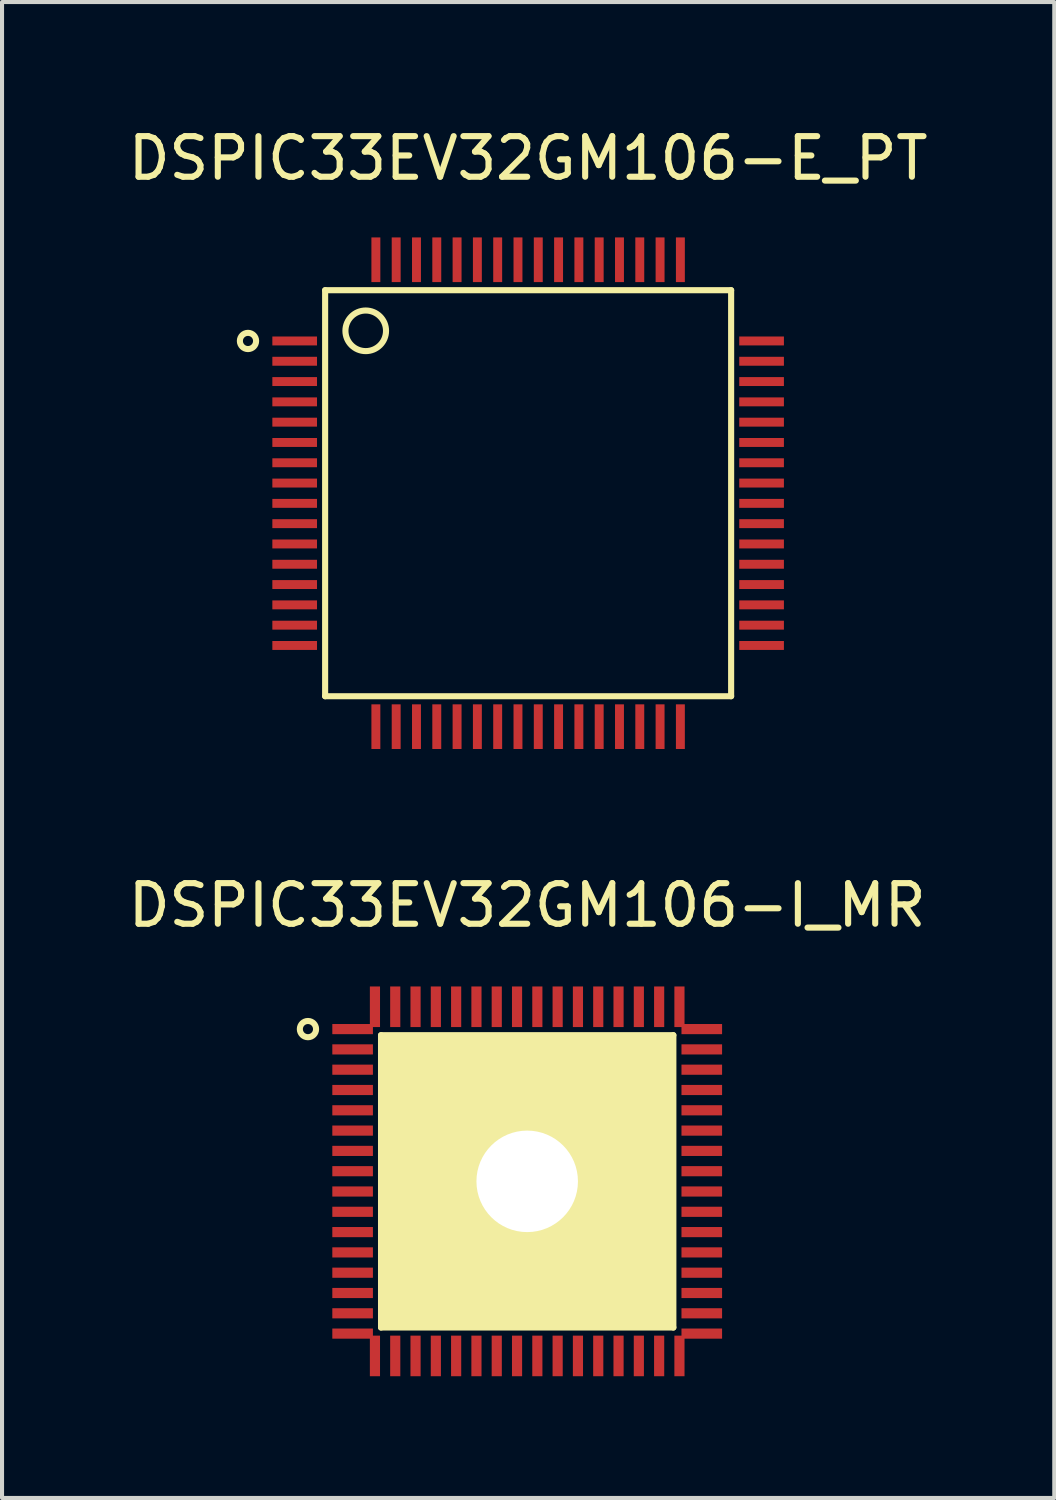
<source format=kicad_pcb>
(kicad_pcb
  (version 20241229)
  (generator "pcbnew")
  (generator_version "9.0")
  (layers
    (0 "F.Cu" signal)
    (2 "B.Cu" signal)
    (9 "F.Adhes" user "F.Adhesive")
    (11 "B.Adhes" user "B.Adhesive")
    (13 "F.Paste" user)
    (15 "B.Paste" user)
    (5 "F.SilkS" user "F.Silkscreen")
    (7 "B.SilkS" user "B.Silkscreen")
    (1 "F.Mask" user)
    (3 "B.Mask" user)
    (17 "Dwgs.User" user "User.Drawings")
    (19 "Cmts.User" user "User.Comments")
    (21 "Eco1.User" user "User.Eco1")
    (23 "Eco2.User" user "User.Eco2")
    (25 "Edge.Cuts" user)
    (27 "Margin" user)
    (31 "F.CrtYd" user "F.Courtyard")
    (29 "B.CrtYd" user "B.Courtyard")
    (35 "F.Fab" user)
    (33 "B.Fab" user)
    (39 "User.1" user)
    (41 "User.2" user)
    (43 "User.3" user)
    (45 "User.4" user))
  (footprint "DSPIC33EV32GM106-E_PT"
    (layer "F.Cu")
    (at 4.208 3.348)
    (property "Reference" "DSPIC33EV32GM106-E_PT" (at 5.75 -2.5 0) (layer "F.SilkS") (effects (font (size 1 1) (thickness 0.15))))
    (attr through_hole)
    (fp_line (start 0.75 0.75) (end 0.75 10.75) (stroke (width 0.15) (type solid)) (layer "F.SilkS"))
    (fp_line (start 0.75 0.75) (end 10.75 0.75) (stroke (width 0.15) (type solid)) (layer "F.SilkS"))
    (fp_line (start 0.75 10.75) (end 10.75 10.75) (stroke (width 0.15) (type solid)) (layer "F.SilkS"))
    (fp_line (start 10.75 10.75) (end 10.75 0.75) (stroke (width 0.15) (type solid)) (layer "F.SilkS"))
    (fp_circle (center -1.15 2) (end -1.15 1.8) (stroke (width 0.15) (type solid)) (fill no) (layer "F.SilkS"))
    (fp_circle (center 1.75 1.75) (end 1.75 1.25) (stroke (width 0.15) (type solid)) (fill no) (layer "F.SilkS"))
    (pad "1" smd rect (at 0 2) (size 1.1 0.22) (layers "F.Cu" "F.Mask" "F.Paste"))
    (pad "2" smd rect (at 0 2.5) (size 1.1 0.22) (layers "F.Cu" "F.Mask" "F.Paste"))
    (pad "3" smd rect (at 0 3) (size 1.1 0.22) (layers "F.Cu" "F.Mask" "F.Paste"))
    (pad "4" smd rect (at 0 3.5) (size 1.1 0.22) (layers "F.Cu" "F.Mask" "F.Paste"))
    (pad "5" smd rect (at 0 4) (size 1.1 0.22) (layers "F.Cu" "F.Mask" "F.Paste"))
    (pad "6" smd rect (at 0 4.5) (size 1.1 0.22) (layers "F.Cu" "F.Mask" "F.Paste"))
    (pad "7" smd rect (at 0 5) (size 1.1 0.22) (layers "F.Cu" "F.Mask" "F.Paste"))
    (pad "8" smd rect (at 0 5.5) (size 1.1 0.22) (layers "F.Cu" "F.Mask" "F.Paste"))
    (pad "9" smd rect (at 0 6) (size 1.1 0.22) (layers "F.Cu" "F.Mask" "F.Paste"))
    (pad "10" smd rect (at 0 6.5) (size 1.1 0.22) (layers "F.Cu" "F.Mask" "F.Paste"))
    (pad "11" smd rect (at 0 7) (size 1.1 0.22) (layers "F.Cu" "F.Mask" "F.Paste"))
    (pad "12" smd rect (at 0 7.5) (size 1.1 0.22) (layers "F.Cu" "F.Mask" "F.Paste"))
    (pad "13" smd rect (at 0 8) (size 1.1 0.22) (layers "F.Cu" "F.Mask" "F.Paste"))
    (pad "14" smd rect (at 0 8.5) (size 1.1 0.22) (layers "F.Cu" "F.Mask" "F.Paste"))
    (pad "15" smd rect (at 0 9) (size 1.1 0.22) (layers "F.Cu" "F.Mask" "F.Paste"))
    (pad "16" smd rect (at 0 9.5) (size 1.1 0.22) (layers "F.Cu" "F.Mask" "F.Paste"))
    (pad "17" smd rect (at 2 11.5) (size 0.22 1.1) (layers "F.Cu" "F.Mask" "F.Paste"))
    (pad "18" smd rect (at 2.5 11.5) (size 0.22 1.1) (layers "F.Cu" "F.Mask" "F.Paste"))
    (pad "19" smd rect (at 3 11.5) (size 0.22 1.1) (layers "F.Cu" "F.Mask" "F.Paste"))
    (pad "20" smd rect (at 3.5 11.5) (size 0.22 1.1) (layers "F.Cu" "F.Mask" "F.Paste"))
    (pad "21" smd rect (at 4 11.5) (size 0.22 1.1) (layers "F.Cu" "F.Mask" "F.Paste"))
    (pad "22" smd rect (at 4.5 11.5) (size 0.22 1.1) (layers "F.Cu" "F.Mask" "F.Paste"))
    (pad "23" smd rect (at 5 11.5) (size 0.22 1.1) (layers "F.Cu" "F.Mask" "F.Paste"))
    (pad "24" smd rect (at 5.5 11.5) (size 0.22 1.1) (layers "F.Cu" "F.Mask" "F.Paste"))
    (pad "25" smd rect (at 6 11.5) (size 0.22 1.1) (layers "F.Cu" "F.Mask" "F.Paste"))
    (pad "26" smd rect (at 6.5 11.5) (size 0.22 1.1) (layers "F.Cu" "F.Mask" "F.Paste"))
    (pad "27" smd rect (at 7 11.5) (size 0.22 1.1) (layers "F.Cu" "F.Mask" "F.Paste"))
    (pad "28" smd rect (at 7.5 11.5) (size 0.22 1.1) (layers "F.Cu" "F.Mask" "F.Paste"))
    (pad "29" smd rect (at 8 11.5) (size 0.22 1.1) (layers "F.Cu" "F.Mask" "F.Paste"))
    (pad "30" smd rect (at 8.5 11.5) (size 0.22 1.1) (layers "F.Cu" "F.Mask" "F.Paste"))
    (pad "31" smd rect (at 9 11.5) (size 0.22 1.1) (layers "F.Cu" "F.Mask" "F.Paste"))
    (pad "32" smd rect (at 9.5 11.5) (size 0.22 1.1) (layers "F.Cu" "F.Mask" "F.Paste"))
    (pad "33" smd rect (at 11.5 9.5) (size 1.1 0.22) (layers "F.Cu" "F.Mask" "F.Paste"))
    (pad "34" smd rect (at 11.5 9) (size 1.1 0.22) (layers "F.Cu" "F.Mask" "F.Paste"))
    (pad "35" smd rect (at 11.5 8.5) (size 1.1 0.22) (layers "F.Cu" "F.Mask" "F.Paste"))
    (pad "36" smd rect (at 11.5 8) (size 1.1 0.22) (layers "F.Cu" "F.Mask" "F.Paste"))
    (pad "37" smd rect (at 11.5 7.5) (size 1.1 0.22) (layers "F.Cu" "F.Mask" "F.Paste"))
    (pad "38" smd rect (at 11.5 7) (size 1.1 0.22) (layers "F.Cu" "F.Mask" "F.Paste"))
    (pad "39" smd rect (at 11.5 6.5) (size 1.1 0.22) (layers "F.Cu" "F.Mask" "F.Paste"))
    (pad "40" smd rect (at 11.5 6) (size 1.1 0.22) (layers "F.Cu" "F.Mask" "F.Paste"))
    (pad "41" smd rect (at 11.5 5.5) (size 1.1 0.22) (layers "F.Cu" "F.Mask" "F.Paste"))
    (pad "42" smd rect (at 11.5 5) (size 1.1 0.22) (layers "F.Cu" "F.Mask" "F.Paste"))
    (pad "43" smd rect (at 11.5 4.5) (size 1.1 0.22) (layers "F.Cu" "F.Mask" "F.Paste"))
    (pad "44" smd rect (at 11.5 4) (size 1.1 0.22) (layers "F.Cu" "F.Mask" "F.Paste"))
    (pad "45" smd rect (at 11.5 3.5) (size 1.1 0.22) (layers "F.Cu" "F.Mask" "F.Paste"))
    (pad "46" smd rect (at 11.5 3) (size 1.1 0.22) (layers "F.Cu" "F.Mask" "F.Paste"))
    (pad "47" smd rect (at 11.5 2.5) (size 1.1 0.22) (layers "F.Cu" "F.Mask" "F.Paste"))
    (pad "48" smd rect (at 11.5 2) (size 1.1 0.22) (layers "F.Cu" "F.Mask" "F.Paste"))
    (pad "49" smd rect (at 9.5 0) (size 0.22 1.1) (layers "F.Cu" "F.Mask" "F.Paste"))
    (pad "50" smd rect (at 9 0) (size 0.22 1.1) (layers "F.Cu" "F.Mask" "F.Paste"))
    (pad "51" smd rect (at 8.5 0) (size 0.22 1.1) (layers "F.Cu" "F.Mask" "F.Paste"))
    (pad "52" smd rect (at 8 0) (size 0.22 1.1) (layers "F.Cu" "F.Mask" "F.Paste"))
    (pad "53" smd rect (at 7.5 0) (size 0.22 1.1) (layers "F.Cu" "F.Mask" "F.Paste"))
    (pad "54" smd rect (at 7 0) (size 0.22 1.1) (layers "F.Cu" "F.Mask" "F.Paste"))
    (pad "55" smd rect (at 6.5 0) (size 0.22 1.1) (layers "F.Cu" "F.Mask" "F.Paste"))
    (pad "56" smd rect (at 6 0) (size 0.22 1.1) (layers "F.Cu" "F.Mask" "F.Paste"))
    (pad "57" smd rect (at 5.5 0) (size 0.22 1.1) (layers "F.Cu" "F.Mask" "F.Paste"))
    (pad "58" smd rect (at 5 0) (size 0.22 1.1) (layers "F.Cu" "F.Mask" "F.Paste"))
    (pad "59" smd rect (at 4.5 0) (size 0.22 1.1) (layers "F.Cu" "F.Mask" "F.Paste"))
    (pad "60" smd rect (at 4 0) (size 0.22 1.1) (layers "F.Cu" "F.Mask" "F.Paste"))
    (pad "61" smd rect (at 3.5 0) (size 0.22 1.1) (layers "F.Cu" "F.Mask" "F.Paste"))
    (pad "62" smd rect (at 3 0) (size 0.22 1.1) (layers "F.Cu" "F.Mask" "F.Paste"))
    (pad "63" smd rect (at 2.5 0) (size 0.22 1.1) (layers "F.Cu" "F.Mask" "F.Paste"))
    (pad "64" smd rect (at 2 0) (size 0.22 1.1) (layers "F.Cu" "F.Mask" "F.Paste")))
  (footprint "DSPIC33EV32GM106-I_MR"
    (layer "F.Cu")
    (at 5.635 21.747)
    (property "Reference" "DSPIC33EV32GM106-I_MR" (at 4.3 -2.5 0) (layer "F.SilkS") (effects (font (size 1 1) (thickness 0.15))))
    (attr through_hole)
    (fp_line (start 0.7 0.7) (end 0.7 7.9) (stroke (width 0.15) (type solid)) (layer "F.SilkS"))
    (fp_line (start 0.7 0.7) (end 7.9 0.7) (stroke (width 0.15) (type solid)) (layer "F.SilkS"))
    (fp_line (start 0.7 7.9) (end 7.9 7.9) (stroke (width 0.15) (type solid)) (layer "F.SilkS"))
    (fp_line (start 7.9 7.9) (end 7.9 0.7) (stroke (width 0.15) (type solid)) (layer "F.SilkS"))
    (fp_circle (center -1.1 0.55) (end -1.1 0.35) (stroke (width 0.15) (type solid)) (fill no) (layer "F.SilkS"))
    (fp_circle (center 1.7 1.7) (end 1.7 1.2) (stroke (width 0.15) (type solid)) (fill no) (layer "F.SilkS"))
    (pad "1" smd rect (at 0 0.55) (size 1 0.25) (layers "F.Cu" "F.Mask" "F.Paste"))
    (pad "2" smd rect (at 0 1.05) (size 1 0.25) (layers "F.Cu" "F.Mask" "F.Paste"))
    (pad "3" smd rect (at 0 1.55) (size 1 0.25) (layers "F.Cu" "F.Mask" "F.Paste"))
    (pad "4" smd rect (at 0 2.05) (size 1 0.25) (layers "F.Cu" "F.Mask" "F.Paste"))
    (pad "5" smd rect (at 0 2.55) (size 1 0.25) (layers "F.Cu" "F.Mask" "F.Paste"))
    (pad "6" smd rect (at 0 3.05) (size 1 0.25) (layers "F.Cu" "F.Mask" "F.Paste"))
    (pad "7" smd rect (at 0 3.55) (size 1 0.25) (layers "F.Cu" "F.Mask" "F.Paste"))
    (pad "8" smd rect (at 0 4.05) (size 1 0.25) (layers "F.Cu" "F.Mask" "F.Paste"))
    (pad "9" smd rect (at 0 4.55) (size 1 0.25) (layers "F.Cu" "F.Mask" "F.Paste"))
    (pad "10" smd rect (at 0 5.05) (size 1 0.25) (layers "F.Cu" "F.Mask" "F.Paste"))
    (pad "11" smd rect (at 0 5.55) (size 1 0.25) (layers "F.Cu" "F.Mask" "F.Paste"))
    (pad "12" smd rect (at 0 6.05) (size 1 0.25) (layers "F.Cu" "F.Mask" "F.Paste"))
    (pad "13" smd rect (at 0 6.55) (size 1 0.25) (layers "F.Cu" "F.Mask" "F.Paste"))
    (pad "14" smd rect (at 0 7.05) (size 1 0.25) (layers "F.Cu" "F.Mask" "F.Paste"))
    (pad "15" smd rect (at 0 7.55) (size 1 0.25) (layers "F.Cu" "F.Mask" "F.Paste"))
    (pad "16" smd rect (at 0 8.05) (size 1 0.25) (layers "F.Cu" "F.Mask" "F.Paste"))
    (pad "17" smd rect (at 0.55 8.6) (size 0.25 1) (layers "F.Cu" "F.Mask" "F.Paste"))
    (pad "18" smd rect (at 1.05 8.6) (size 0.25 1) (layers "F.Cu" "F.Mask" "F.Paste"))
    (pad "19" smd rect (at 1.55 8.6) (size 0.25 1) (layers "F.Cu" "F.Mask" "F.Paste"))
    (pad "20" smd rect (at 2.05 8.6) (size 0.25 1) (layers "F.Cu" "F.Mask" "F.Paste"))
    (pad "21" smd rect (at 2.55 8.6) (size 0.25 1) (layers "F.Cu" "F.Mask" "F.Paste"))
    (pad "22" smd rect (at 3.05 8.6) (size 0.25 1) (layers "F.Cu" "F.Mask" "F.Paste"))
    (pad "23" smd rect (at 3.55 8.6) (size 0.25 1) (layers "F.Cu" "F.Mask" "F.Paste"))
    (pad "24" smd rect (at 4.05 8.6) (size 0.25 1) (layers "F.Cu" "F.Mask" "F.Paste"))
    (pad "25" smd rect (at 4.55 8.6) (size 0.25 1) (layers "F.Cu" "F.Mask" "F.Paste"))
    (pad "26" smd rect (at 5.05 8.6) (size 0.25 1) (layers "F.Cu" "F.Mask" "F.Paste"))
    (pad "27" smd rect (at 5.55 8.6) (size 0.25 1) (layers "F.Cu" "F.Mask" "F.Paste"))
    (pad "28" smd rect (at 6.05 8.6) (size 0.25 1) (layers "F.Cu" "F.Mask" "F.Paste"))
    (pad "29" smd rect (at 6.55 8.6) (size 0.25 1) (layers "F.Cu" "F.Mask" "F.Paste"))
    (pad "30" smd rect (at 7.05 8.6) (size 0.25 1) (layers "F.Cu" "F.Mask" "F.Paste"))
    (pad "31" smd rect (at 7.55 8.6) (size 0.25 1) (layers "F.Cu" "F.Mask" "F.Paste"))
    (pad "32" smd rect (at 8.05 8.6) (size 0.25 1) (layers "F.Cu" "F.Mask" "F.Paste"))
    (pad "33" smd rect (at 8.6 8.05) (size 1 0.25) (layers "F.Cu" "F.Mask" "F.Paste"))
    (pad "34" smd rect (at 8.6 7.55) (size 1 0.25) (layers "F.Cu" "F.Mask" "F.Paste"))
    (pad "35" smd rect (at 8.6 7.05) (size 1 0.25) (layers "F.Cu" "F.Mask" "F.Paste"))
    (pad "36" smd rect (at 8.6 6.55) (size 1 0.25) (layers "F.Cu" "F.Mask" "F.Paste"))
    (pad "37" smd rect (at 8.6 6.05) (size 1 0.25) (layers "F.Cu" "F.Mask" "F.Paste"))
    (pad "38" smd rect (at 8.6 5.55) (size 1 0.25) (layers "F.Cu" "F.Mask" "F.Paste"))
    (pad "39" smd rect (at 8.6 5.05) (size 1 0.25) (layers "F.Cu" "F.Mask" "F.Paste"))
    (pad "40" smd rect (at 8.6 4.55) (size 1 0.25) (layers "F.Cu" "F.Mask" "F.Paste"))
    (pad "41" smd rect (at 8.6 4.05) (size 1 0.25) (layers "F.Cu" "F.Mask" "F.Paste"))
    (pad "42" smd rect (at 8.6 3.55) (size 1 0.25) (layers "F.Cu" "F.Mask" "F.Paste"))
    (pad "43" smd rect (at 8.6 3.05) (size 1 0.25) (layers "F.Cu" "F.Mask" "F.Paste"))
    (pad "44" smd rect (at 8.6 2.55) (size 1 0.25) (layers "F.Cu" "F.Mask" "F.Paste"))
    (pad "45" smd rect (at 8.6 2.05) (size 1 0.25) (layers "F.Cu" "F.Mask" "F.Paste"))
    (pad "46" smd rect (at 8.6 1.55) (size 1 0.25) (layers "F.Cu" "F.Mask" "F.Paste"))
    (pad "47" smd rect (at 8.6 1.05) (size 1 0.25) (layers "F.Cu" "F.Mask" "F.Paste"))
    (pad "48" smd rect (at 8.6 0.55) (size 1 0.25) (layers "F.Cu" "F.Mask" "F.Paste"))
    (pad "49" smd rect (at 8.05 0) (size 0.25 1) (layers "F.Cu" "F.Mask" "F.Paste"))
    (pad "50" smd rect (at 7.55 0) (size 0.25 1) (layers "F.Cu" "F.Mask" "F.Paste"))
    (pad "51" smd rect (at 7.05 0) (size 0.25 1) (layers "F.Cu" "F.Mask" "F.Paste"))
    (pad "52" smd rect (at 6.55 0) (size 0.25 1) (layers "F.Cu" "F.Mask" "F.Paste"))
    (pad "53" smd rect (at 6.05 0) (size 0.25 1) (layers "F.Cu" "F.Mask" "F.Paste"))
    (pad "54" smd rect (at 5.55 0) (size 0.25 1) (layers "F.Cu" "F.Mask" "F.Paste"))
    (pad "55" smd rect (at 5.05 0) (size 0.25 1) (layers "F.Cu" "F.Mask" "F.Paste"))
    (pad "56" smd rect (at 4.55 0) (size 0.25 1) (layers "F.Cu" "F.Mask" "F.Paste"))
    (pad "57" smd rect (at 4.05 0) (size 0.25 1) (layers "F.Cu" "F.Mask" "F.Paste"))
    (pad "58" smd rect (at 3.55 0) (size 0.25 1) (layers "F.Cu" "F.Mask" "F.Paste"))
    (pad "59" smd rect (at 3.05 0) (size 0.25 1) (layers "F.Cu" "F.Mask" "F.Paste"))
    (pad "60" smd rect (at 2.55 0) (size 0.25 1) (layers "F.Cu" "F.Mask" "F.Paste"))
    (pad "61" smd rect (at 2.05 0) (size 0.25 1) (layers "F.Cu" "F.Mask" "F.Paste"))
    (pad "62" smd rect (at 1.55 0) (size 0.25 1) (layers "F.Cu" "F.Mask" "F.Paste"))
    (pad "63" smd rect (at 1.05 0) (size 0.25 1) (layers "F.Cu" "F.Mask" "F.Paste"))
    (pad "64" smd rect (at 0.55 0) (size 0.25 1) (layers "F.Cu" "F.Mask" "F.Paste"))
    (pad "999" thru_hole rect (at 4.3 4.3) (size 7.15 7.15) (drill 2.5) (layers "*.Cu" "*.Mask" "F.SilkS")))
  (gr_rect
    (start -3 -3)
    (end 22.917 33.846)
    (stroke (width 0.1) (type default))
    (fill no)
    (layer "Edge.Cuts")))
</source>
